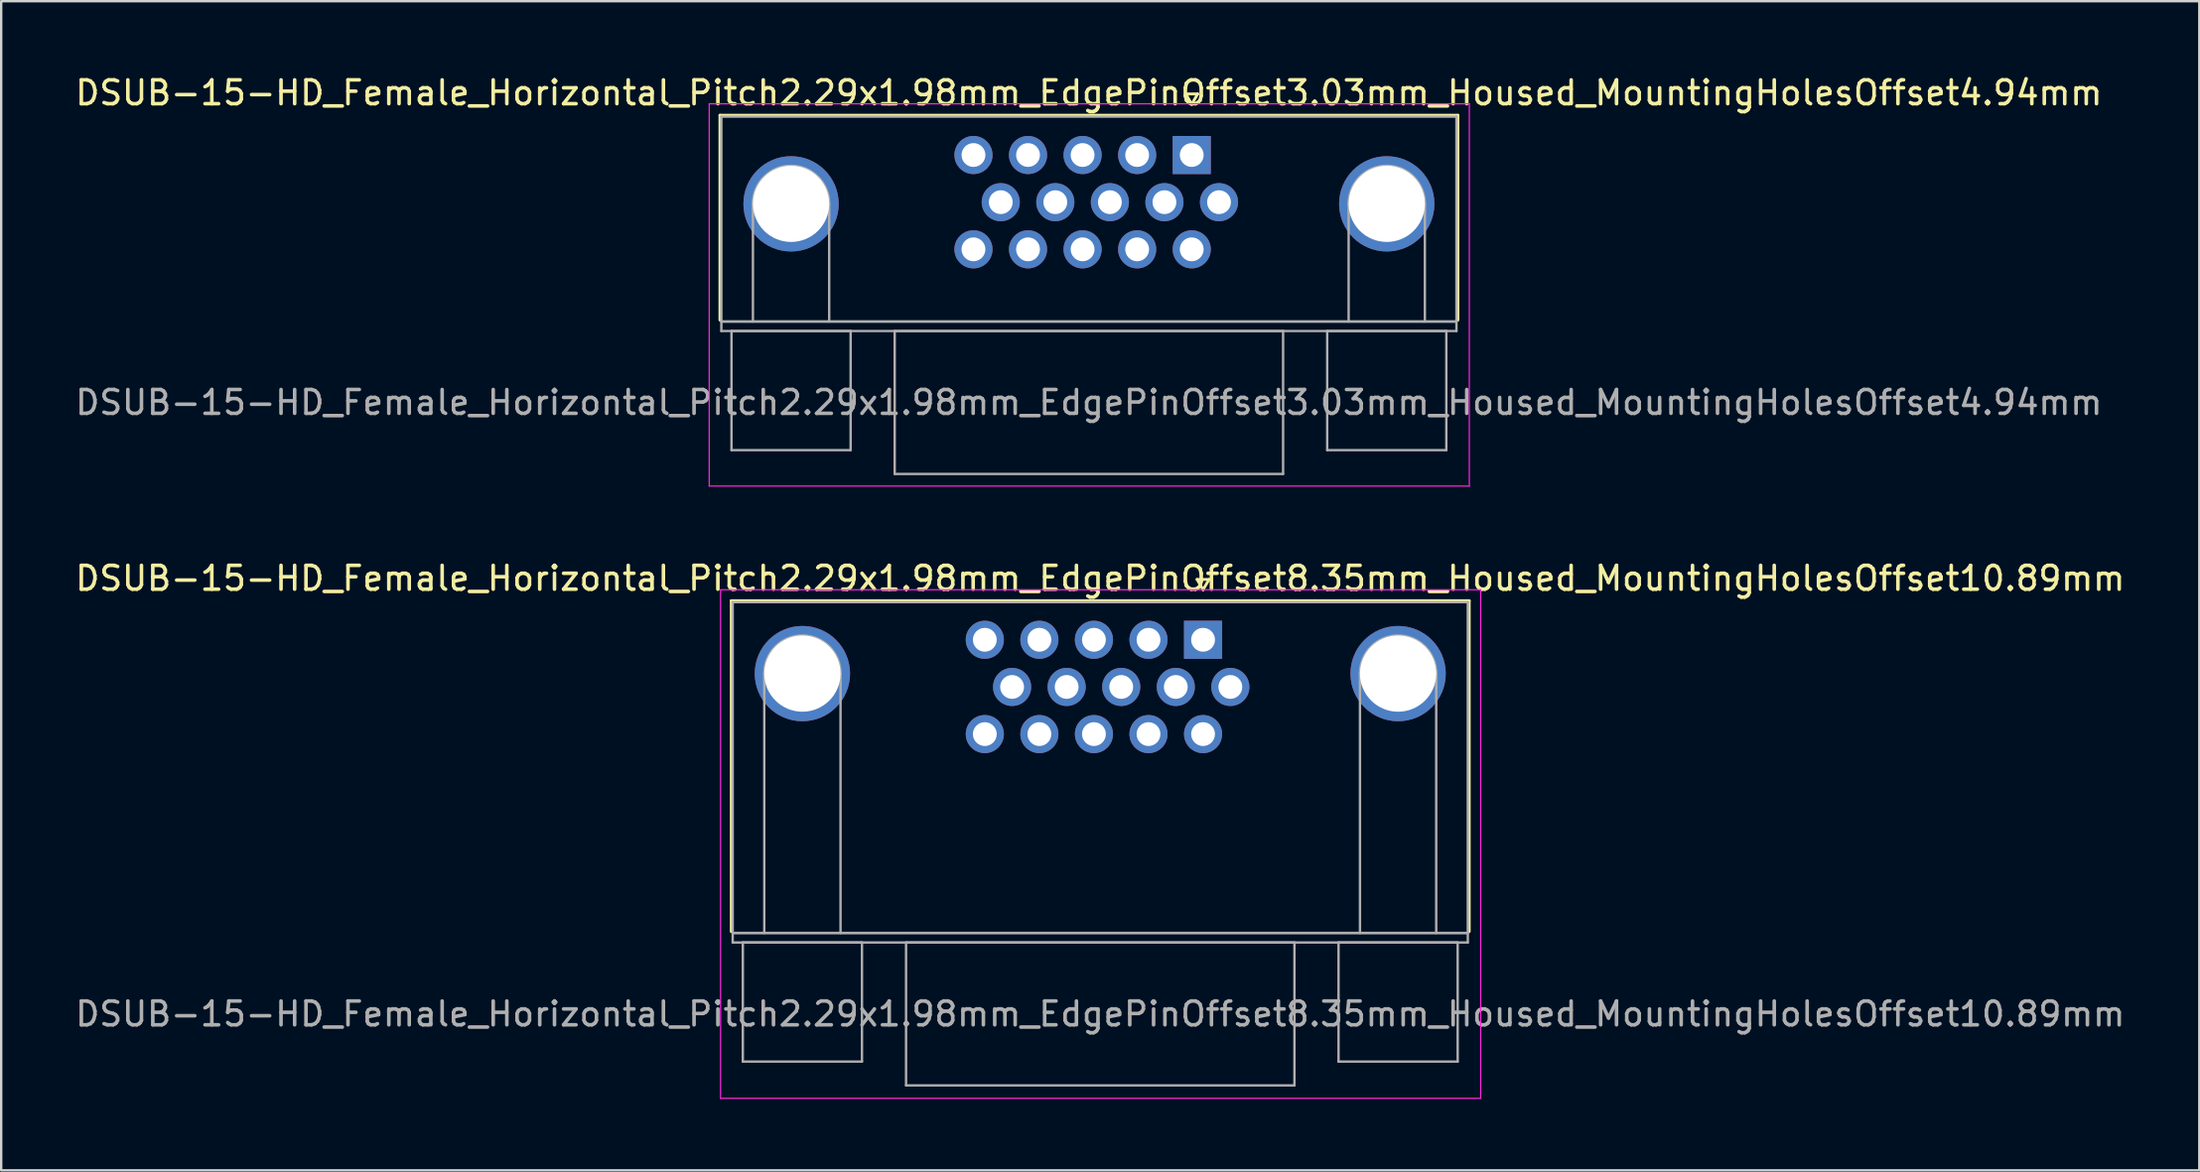
<source format=kicad_pcb>
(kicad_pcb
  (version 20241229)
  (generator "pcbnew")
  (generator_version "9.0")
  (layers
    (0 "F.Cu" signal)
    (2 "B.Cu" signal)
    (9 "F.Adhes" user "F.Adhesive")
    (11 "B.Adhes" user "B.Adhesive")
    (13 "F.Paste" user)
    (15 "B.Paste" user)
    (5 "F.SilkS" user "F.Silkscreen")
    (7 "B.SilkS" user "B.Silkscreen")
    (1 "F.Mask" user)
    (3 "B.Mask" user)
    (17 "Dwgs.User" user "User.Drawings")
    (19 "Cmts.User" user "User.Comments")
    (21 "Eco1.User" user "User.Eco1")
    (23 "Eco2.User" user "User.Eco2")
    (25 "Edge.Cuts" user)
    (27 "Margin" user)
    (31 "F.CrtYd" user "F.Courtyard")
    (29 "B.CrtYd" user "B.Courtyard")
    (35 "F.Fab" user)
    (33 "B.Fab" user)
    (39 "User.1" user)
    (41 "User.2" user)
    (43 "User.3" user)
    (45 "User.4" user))
  (footprint "DSUB-15-HD_Female_Horizontal_Pitch2.29x1.98mm_EdgePinOffset3.03mm_Housed_MountingHolesOffset4.94mm"
    (layer "F.Cu")
    (at 46.964 3.458)
    (property "Reference" "DSUB-15-HD_Female_Horizontal_Pitch2.29x1.98mm_EdgePinOffset3.03mm_Housed_MountingHolesOffset4.94mm" (at -4.315 -2.61 0) (layer "F.SilkS") (effects (font (size 1 1) (thickness 0.15))))
    (attr through_hole)
    (fp_line (start -19.8 -1.67) (end 11.17 -1.67) (stroke (width 0.12) (type solid)) (layer "F.SilkS"))
    (fp_line (start -19.8 6.93) (end -19.8 -1.67) (stroke (width 0.12) (type solid)) (layer "F.SilkS"))
    (fp_line (start -0.25 -2.564) (end 0.25 -2.564) (stroke (width 0.12) (type solid)) (layer "F.SilkS"))
    (fp_line (start 0 -2.131) (end -0.25 -2.564) (stroke (width 0.12) (type solid)) (layer "F.SilkS"))
    (fp_line (start 0.25 -2.564) (end 0 -2.131) (stroke (width 0.12) (type solid)) (layer "F.SilkS"))
    (fp_line (start 11.17 -1.67) (end 11.17 6.93) (stroke (width 0.12) (type solid)) (layer "F.SilkS"))
    (fp_line (start -20.25 -2.15) (end -20.25 13.9) (stroke (width 0.05) (type solid)) (layer "F.CrtYd"))
    (fp_line (start -20.25 13.9) (end 11.65 13.9) (stroke (width 0.05) (type solid)) (layer "F.CrtYd"))
    (fp_line (start 11.65 -2.15) (end -20.25 -2.15) (stroke (width 0.05) (type solid)) (layer "F.CrtYd"))
    (fp_line (start 11.65 13.9) (end 11.65 -2.15) (stroke (width 0.05) (type solid)) (layer "F.CrtYd"))
    (fp_line (start -19.74 -1.61) (end -19.74 6.99) (stroke (width 0.1) (type solid)) (layer "F.Fab"))
    (fp_line (start -19.74 6.99) (end -19.74 7.39) (stroke (width 0.1) (type solid)) (layer "F.Fab"))
    (fp_line (start -19.74 6.99) (end 11.11 6.99) (stroke (width 0.1) (type solid)) (layer "F.Fab"))
    (fp_line (start -19.74 7.39) (end 11.11 7.39) (stroke (width 0.1) (type solid)) (layer "F.Fab"))
    (fp_line (start -19.315 7.39) (end -19.315 12.39) (stroke (width 0.1) (type solid)) (layer "F.Fab"))
    (fp_line (start -19.315 12.39) (end -14.315 12.39) (stroke (width 0.1) (type solid)) (layer "F.Fab"))
    (fp_line (start -18.415 6.99) (end -18.415 2.05) (stroke (width 0.1) (type solid)) (layer "F.Fab"))
    (fp_line (start -15.215 6.99) (end -15.215 2.05) (stroke (width 0.1) (type solid)) (layer "F.Fab"))
    (fp_line (start -14.315 7.39) (end -19.315 7.39) (stroke (width 0.1) (type solid)) (layer "F.Fab"))
    (fp_line (start -14.315 12.39) (end -14.315 7.39) (stroke (width 0.1) (type solid)) (layer "F.Fab"))
    (fp_line (start -12.465 7.39) (end -12.465 13.39) (stroke (width 0.1) (type solid)) (layer "F.Fab"))
    (fp_line (start -12.465 13.39) (end 3.835 13.39) (stroke (width 0.1) (type solid)) (layer "F.Fab"))
    (fp_line (start 3.835 7.39) (end -12.465 7.39) (stroke (width 0.1) (type solid)) (layer "F.Fab"))
    (fp_line (start 3.835 13.39) (end 3.835 7.39) (stroke (width 0.1) (type solid)) (layer "F.Fab"))
    (fp_line (start 5.685 7.39) (end 5.685 12.39) (stroke (width 0.1) (type solid)) (layer "F.Fab"))
    (fp_line (start 5.685 12.39) (end 10.685 12.39) (stroke (width 0.1) (type solid)) (layer "F.Fab"))
    (fp_line (start 6.585 6.99) (end 6.585 2.05) (stroke (width 0.1) (type solid)) (layer "F.Fab"))
    (fp_line (start 9.785 6.99) (end 9.785 2.05) (stroke (width 0.1) (type solid)) (layer "F.Fab"))
    (fp_line (start 10.685 7.39) (end 5.685 7.39) (stroke (width 0.1) (type solid)) (layer "F.Fab"))
    (fp_line (start 10.685 12.39) (end 10.685 7.39) (stroke (width 0.1) (type solid)) (layer "F.Fab"))
    (fp_line (start 11.11 -1.61) (end -19.74 -1.61) (stroke (width 0.1) (type solid)) (layer "F.Fab"))
    (fp_line (start 11.11 6.99) (end -19.74 6.99) (stroke (width 0.1) (type solid)) (layer "F.Fab"))
    (fp_line (start 11.11 6.99) (end 11.11 -1.61) (stroke (width 0.1) (type solid)) (layer "F.Fab"))
    (fp_line (start 11.11 7.39) (end 11.11 6.99) (stroke (width 0.1) (type solid)) (layer "F.Fab"))
    (fp_arc (start -18.415 2.05) (mid -16.815 0.45) (end -15.215 2.05) (stroke (width 0.1) (type solid)) (layer "F.Fab"))
    (fp_arc (start 6.585 2.05) (mid 8.185 0.45) (end 9.785 2.05) (stroke (width 0.1) (type solid)) (layer "F.Fab"))
    (fp_text user "${REFERENCE}" (at -4.315 10.39 0) (layer "F.Fab") (effects (font (size 1 1) (thickness 0.15))))
    (pad "0" thru_hole circle (at -16.815 2.05) (size 4 4) (drill 3.2) (layers "*.Cu" "*.Mask"))
    (pad "0" thru_hole circle (at 8.185 2.05) (size 4 4) (drill 3.2) (layers "*.Cu" "*.Mask"))
    (pad "1" thru_hole rect (at 0 0) (size 1.6 1.6) (drill 1) (layers "*.Cu" "*.Mask"))
    (pad "2" thru_hole circle (at -2.29 0) (size 1.6 1.6) (drill 1) (layers "*.Cu" "*.Mask"))
    (pad "3" thru_hole circle (at -4.58 0) (size 1.6 1.6) (drill 1) (layers "*.Cu" "*.Mask"))
    (pad "4" thru_hole circle (at -6.87 0) (size 1.6 1.6) (drill 1) (layers "*.Cu" "*.Mask"))
    (pad "5" thru_hole circle (at -9.16 0) (size 1.6 1.6) (drill 1) (layers "*.Cu" "*.Mask"))
    (pad "6" thru_hole circle (at 1.145 1.98) (size 1.6 1.6) (drill 1) (layers "*.Cu" "*.Mask"))
    (pad "7" thru_hole circle (at -1.145 1.98) (size 1.6 1.6) (drill 1) (layers "*.Cu" "*.Mask"))
    (pad "8" thru_hole circle (at -3.435 1.98) (size 1.6 1.6) (drill 1) (layers "*.Cu" "*.Mask"))
    (pad "9" thru_hole circle (at -5.725 1.98) (size 1.6 1.6) (drill 1) (layers "*.Cu" "*.Mask"))
    (pad "10" thru_hole circle (at -8.015 1.98) (size 1.6 1.6) (drill 1) (layers "*.Cu" "*.Mask"))
    (pad "11" thru_hole circle (at 0 3.96) (size 1.6 1.6) (drill 1) (layers "*.Cu" "*.Mask"))
    (pad "12" thru_hole circle (at -2.29 3.96) (size 1.6 1.6) (drill 1) (layers "*.Cu" "*.Mask"))
    (pad "13" thru_hole circle (at -4.58 3.96) (size 1.6 1.6) (drill 1) (layers "*.Cu" "*.Mask"))
    (pad "14" thru_hole circle (at -6.87 3.96) (size 1.6 1.6) (drill 1) (layers "*.Cu" "*.Mask"))
    (pad "15" thru_hole circle (at -9.16 3.96) (size 1.6 1.6) (drill 1) (layers "*.Cu" "*.Mask")))
  (footprint "DSUB-15-HD_Female_Horizontal_Pitch2.29x1.98mm_EdgePinOffset8.35mm_Housed_MountingHolesOffset10.89mm"
    (layer "F.Cu")
    (at 47.44 23.811)
    (property "Reference" "DSUB-15-HD_Female_Horizontal_Pitch2.29x1.98mm_EdgePinOffset8.35mm_Housed_MountingHolesOffset10.89mm" (at -4.315 -2.58 0) (layer "F.SilkS") (effects (font (size 1 1) (thickness 0.15))))
    (attr through_hole)
    (fp_line (start -19.8 -1.64) (end 11.17 -1.64) (stroke (width 0.12) (type solid)) (layer "F.SilkS"))
    (fp_line (start -19.8 12.25) (end -19.8 -1.64) (stroke (width 0.12) (type solid)) (layer "F.SilkS"))
    (fp_line (start -0.25 -2.534) (end 0.25 -2.534) (stroke (width 0.12) (type solid)) (layer "F.SilkS"))
    (fp_line (start 0 -2.101) (end -0.25 -2.534) (stroke (width 0.12) (type solid)) (layer "F.SilkS"))
    (fp_line (start 0.25 -2.534) (end 0 -2.101) (stroke (width 0.12) (type solid)) (layer "F.SilkS"))
    (fp_line (start 11.17 -1.64) (end 11.17 12.25) (stroke (width 0.12) (type solid)) (layer "F.SilkS"))
    (fp_line (start -20.25 -2.1) (end -20.25 19.25) (stroke (width 0.05) (type solid)) (layer "F.CrtYd"))
    (fp_line (start -20.25 19.25) (end 11.65 19.25) (stroke (width 0.05) (type solid)) (layer "F.CrtYd"))
    (fp_line (start 11.65 -2.1) (end -20.25 -2.1) (stroke (width 0.05) (type solid)) (layer "F.CrtYd"))
    (fp_line (start 11.65 19.25) (end 11.65 -2.1) (stroke (width 0.05) (type solid)) (layer "F.CrtYd"))
    (fp_line (start -19.74 -1.58) (end -19.74 12.31) (stroke (width 0.1) (type solid)) (layer "F.Fab"))
    (fp_line (start -19.74 12.31) (end -19.74 12.71) (stroke (width 0.1) (type solid)) (layer "F.Fab"))
    (fp_line (start -19.74 12.31) (end 11.11 12.31) (stroke (width 0.1) (type solid)) (layer "F.Fab"))
    (fp_line (start -19.74 12.71) (end 11.11 12.71) (stroke (width 0.1) (type solid)) (layer "F.Fab"))
    (fp_line (start -19.315 12.71) (end -19.315 17.71) (stroke (width 0.1) (type solid)) (layer "F.Fab"))
    (fp_line (start -19.315 17.71) (end -14.315 17.71) (stroke (width 0.1) (type solid)) (layer "F.Fab"))
    (fp_line (start -18.415 12.31) (end -18.415 1.42) (stroke (width 0.1) (type solid)) (layer "F.Fab"))
    (fp_line (start -15.215 12.31) (end -15.215 1.42) (stroke (width 0.1) (type solid)) (layer "F.Fab"))
    (fp_line (start -14.315 12.71) (end -19.315 12.71) (stroke (width 0.1) (type solid)) (layer "F.Fab"))
    (fp_line (start -14.315 17.71) (end -14.315 12.71) (stroke (width 0.1) (type solid)) (layer "F.Fab"))
    (fp_line (start -12.465 12.71) (end -12.465 18.71) (stroke (width 0.1) (type solid)) (layer "F.Fab"))
    (fp_line (start -12.465 18.71) (end 3.835 18.71) (stroke (width 0.1) (type solid)) (layer "F.Fab"))
    (fp_line (start 3.835 12.71) (end -12.465 12.71) (stroke (width 0.1) (type solid)) (layer "F.Fab"))
    (fp_line (start 3.835 18.71) (end 3.835 12.71) (stroke (width 0.1) (type solid)) (layer "F.Fab"))
    (fp_line (start 5.685 12.71) (end 5.685 17.71) (stroke (width 0.1) (type solid)) (layer "F.Fab"))
    (fp_line (start 5.685 17.71) (end 10.685 17.71) (stroke (width 0.1) (type solid)) (layer "F.Fab"))
    (fp_line (start 6.585 12.31) (end 6.585 1.42) (stroke (width 0.1) (type solid)) (layer "F.Fab"))
    (fp_line (start 9.785 12.31) (end 9.785 1.42) (stroke (width 0.1) (type solid)) (layer "F.Fab"))
    (fp_line (start 10.685 12.71) (end 5.685 12.71) (stroke (width 0.1) (type solid)) (layer "F.Fab"))
    (fp_line (start 10.685 17.71) (end 10.685 12.71) (stroke (width 0.1) (type solid)) (layer "F.Fab"))
    (fp_line (start 11.11 -1.58) (end -19.74 -1.58) (stroke (width 0.1) (type solid)) (layer "F.Fab"))
    (fp_line (start 11.11 12.31) (end -19.74 12.31) (stroke (width 0.1) (type solid)) (layer "F.Fab"))
    (fp_line (start 11.11 12.31) (end 11.11 -1.58) (stroke (width 0.1) (type solid)) (layer "F.Fab"))
    (fp_line (start 11.11 12.71) (end 11.11 12.31) (stroke (width 0.1) (type solid)) (layer "F.Fab"))
    (fp_arc (start -18.415 1.42) (mid -16.815 -0.18) (end -15.215 1.42) (stroke (width 0.1) (type solid)) (layer "F.Fab"))
    (fp_arc (start 6.585 1.42) (mid 8.185 -0.18) (end 9.785 1.42) (stroke (width 0.1) (type solid)) (layer "F.Fab"))
    (fp_text user "${REFERENCE}" (at -4.315 15.71 0) (layer "F.Fab") (effects (font (size 1 1) (thickness 0.15))))
    (pad "0" thru_hole circle (at -16.815 1.42) (size 4 4) (drill 3.2) (layers "*.Cu" "*.Mask"))
    (pad "0" thru_hole circle (at 8.185 1.42) (size 4 4) (drill 3.2) (layers "*.Cu" "*.Mask"))
    (pad "1" thru_hole rect (at 0 0) (size 1.6 1.6) (drill 1) (layers "*.Cu" "*.Mask"))
    (pad "2" thru_hole circle (at -2.29 0) (size 1.6 1.6) (drill 1) (layers "*.Cu" "*.Mask"))
    (pad "3" thru_hole circle (at -4.58 0) (size 1.6 1.6) (drill 1) (layers "*.Cu" "*.Mask"))
    (pad "4" thru_hole circle (at -6.87 0) (size 1.6 1.6) (drill 1) (layers "*.Cu" "*.Mask"))
    (pad "5" thru_hole circle (at -9.16 0) (size 1.6 1.6) (drill 1) (layers "*.Cu" "*.Mask"))
    (pad "6" thru_hole circle (at 1.145 1.98) (size 1.6 1.6) (drill 1) (layers "*.Cu" "*.Mask"))
    (pad "7" thru_hole circle (at -1.145 1.98) (size 1.6 1.6) (drill 1) (layers "*.Cu" "*.Mask"))
    (pad "8" thru_hole circle (at -3.435 1.98) (size 1.6 1.6) (drill 1) (layers "*.Cu" "*.Mask"))
    (pad "9" thru_hole circle (at -5.725 1.98) (size 1.6 1.6) (drill 1) (layers "*.Cu" "*.Mask"))
    (pad "10" thru_hole circle (at -8.015 1.98) (size 1.6 1.6) (drill 1) (layers "*.Cu" "*.Mask"))
    (pad "11" thru_hole circle (at 0 3.96) (size 1.6 1.6) (drill 1) (layers "*.Cu" "*.Mask"))
    (pad "12" thru_hole circle (at -2.29 3.96) (size 1.6 1.6) (drill 1) (layers "*.Cu" "*.Mask"))
    (pad "13" thru_hole circle (at -4.58 3.96) (size 1.6 1.6) (drill 1) (layers "*.Cu" "*.Mask"))
    (pad "14" thru_hole circle (at -6.87 3.96) (size 1.6 1.6) (drill 1) (layers "*.Cu" "*.Mask"))
    (pad "15" thru_hole circle (at -9.16 3.96) (size 1.6 1.6) (drill 1) (layers "*.Cu" "*.Mask")))
  (gr_rect
    (start -3 -3)
    (end 89.25 46.087)
    (stroke (width 0.1) (type default))
    (fill no)
    (layer "Edge.Cuts")))
</source>
